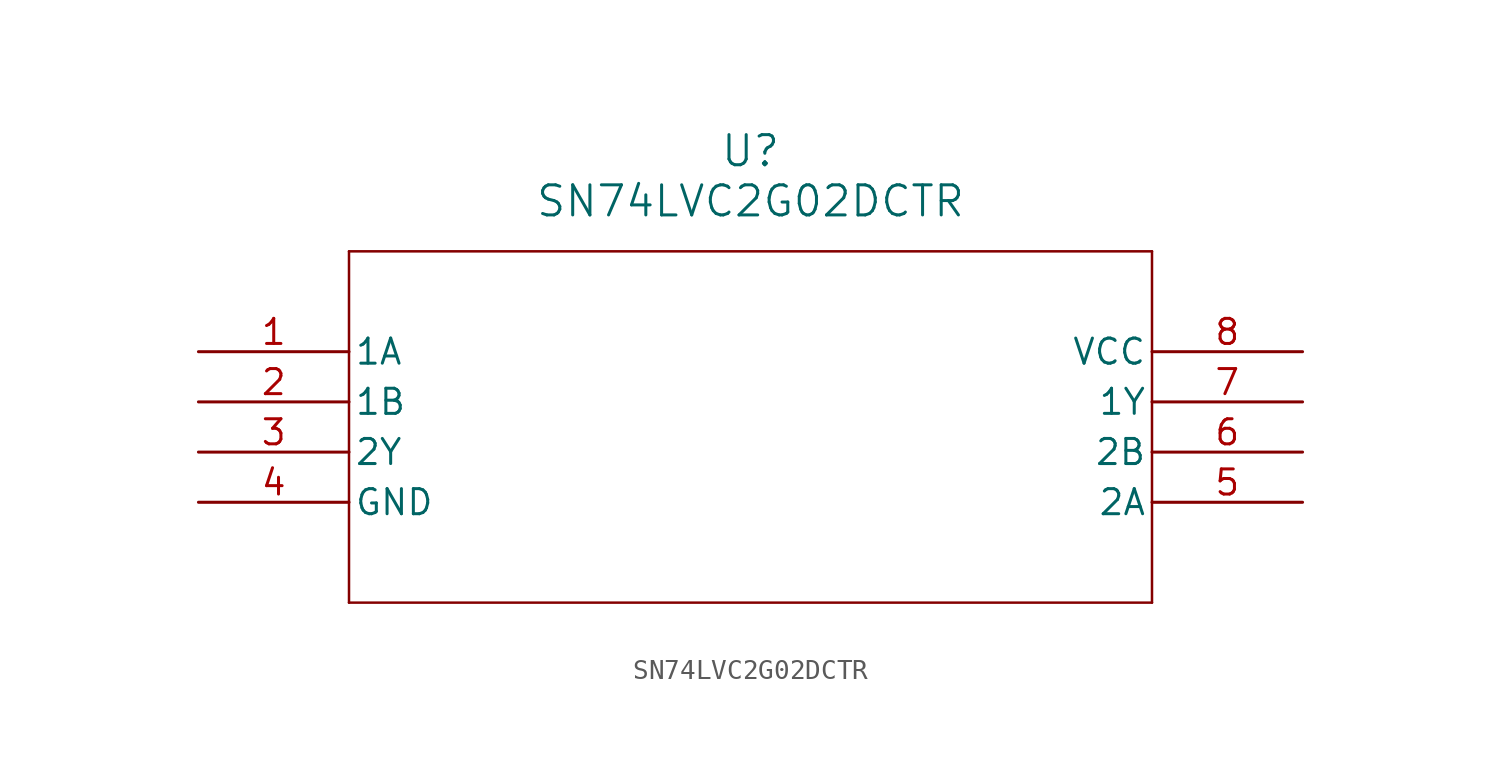
<source format=kicad_sym>
(kicad_symbol_lib
  (version 20211014)
  (generator kicad_symbol_editor)
  (symbol "SN74LVC2G02DCTR"
    (pin_names
      (offset 0.254))
    (property "Reference" "U"
      (at 27.94 10.16 0)
      (effects (font (size 1.524 1.524))))
    (property "Value" "SN74LVC2G02DCTR"
      (at 27.94 7.62 0)
      (effects (font (size 1.524 1.524))))
    (symbol "SN74LVC2G02DCTR_0_1"
      (polyline (pts (xy 7.62 5.08) (xy 7.62 -12.7)) (stroke (width 0.127) (type default) (color 0 0 0 0)) (fill (type none)))
      (polyline (pts (xy 7.62 -12.7) (xy 48.26 -12.7)) (stroke (width 0.127) (type default) (color 0 0 0 0)) (fill (type none)))
      (polyline (pts (xy 48.26 -12.7) (xy 48.26 5.08)) (stroke (width 0.127) (type default) (color 0 0 0 0)) (fill (type none)))
      (polyline (pts (xy 48.26 5.08) (xy 7.62 5.08)) (stroke (width 0.127) (type default) (color 0 0 0 0)) (fill (type none)))
      (pin input line (at 0 0 0) (length 7.62) (name "1A" (effects (font (size 1.27 1.27)))) (number "1" (effects (font (size 1.27 1.27)))))
      (pin input line (at 0 -2.54 0) (length 7.62) (name "1B" (effects (font (size 1.27 1.27)))) (number "2" (effects (font (size 1.27 1.27)))))
      (pin output line (at 0 -5.08 0) (length 7.62) (name "2Y" (effects (font (size 1.27 1.27)))) (number "3" (effects (font (size 1.27 1.27)))))
      (pin power_in line (at 0 -7.62 0) (length 7.62) (name "GND" (effects (font (size 1.27 1.27)))) (number "4" (effects (font (size 1.27 1.27)))))
      (pin input line (at 55.88 -7.62 180) (length 7.62) (name "2A" (effects (font (size 1.27 1.27)))) (number "5" (effects (font (size 1.27 1.27)))))
      (pin input line (at 55.88 -5.08 180) (length 7.62) (name "2B" (effects (font (size 1.27 1.27)))) (number "6" (effects (font (size 1.27 1.27)))))
      (pin output line (at 55.88 -2.54 180) (length 7.62) (name "1Y" (effects (font (size 1.27 1.27)))) (number "7" (effects (font (size 1.27 1.27)))))
      (pin power_in line (at 55.88 0 180) (length 7.62) (name "VCC" (effects (font (size 1.27 1.27)))) (number "8" (effects (font (size 1.27 1.27))))))))
</source>
